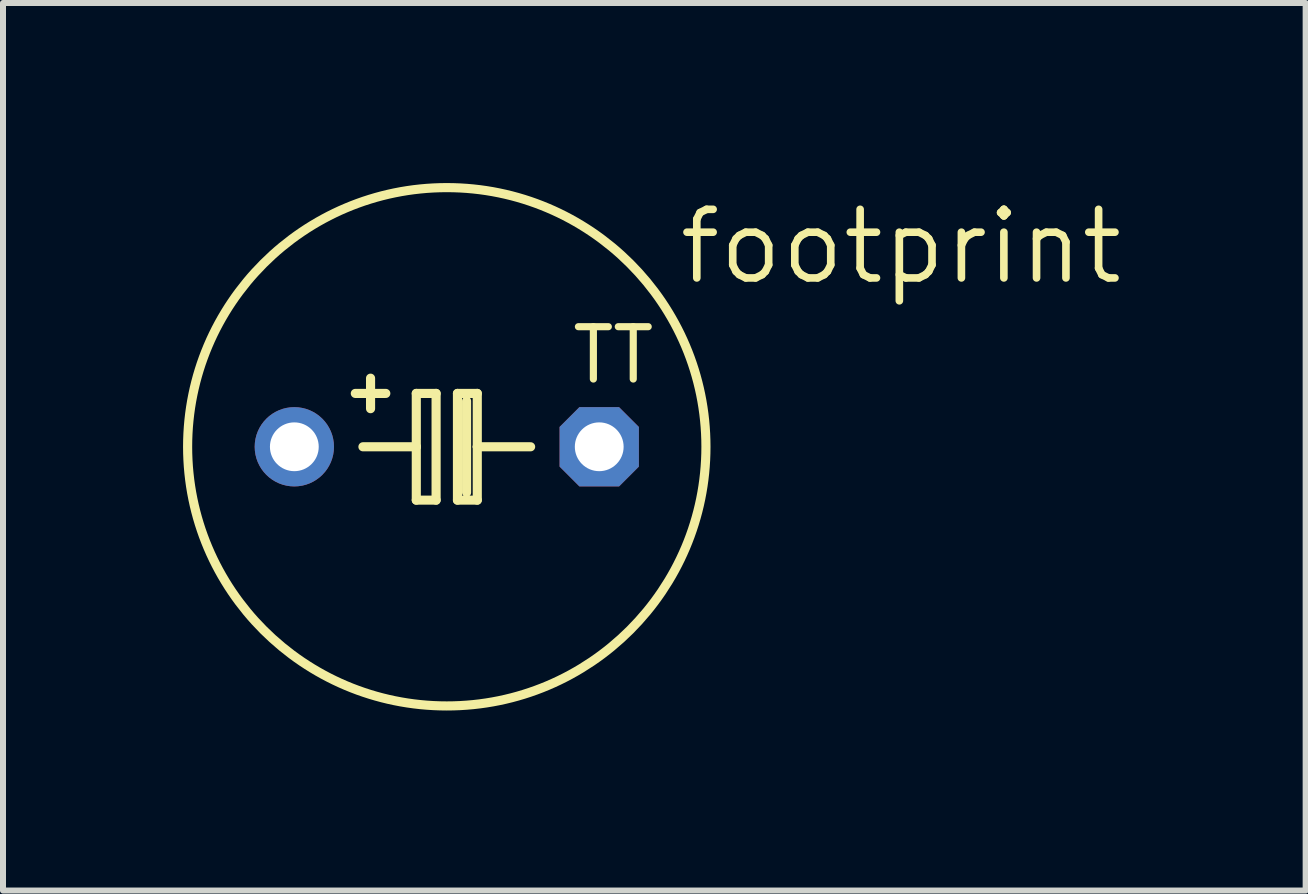
<source format=kicad_pcb>
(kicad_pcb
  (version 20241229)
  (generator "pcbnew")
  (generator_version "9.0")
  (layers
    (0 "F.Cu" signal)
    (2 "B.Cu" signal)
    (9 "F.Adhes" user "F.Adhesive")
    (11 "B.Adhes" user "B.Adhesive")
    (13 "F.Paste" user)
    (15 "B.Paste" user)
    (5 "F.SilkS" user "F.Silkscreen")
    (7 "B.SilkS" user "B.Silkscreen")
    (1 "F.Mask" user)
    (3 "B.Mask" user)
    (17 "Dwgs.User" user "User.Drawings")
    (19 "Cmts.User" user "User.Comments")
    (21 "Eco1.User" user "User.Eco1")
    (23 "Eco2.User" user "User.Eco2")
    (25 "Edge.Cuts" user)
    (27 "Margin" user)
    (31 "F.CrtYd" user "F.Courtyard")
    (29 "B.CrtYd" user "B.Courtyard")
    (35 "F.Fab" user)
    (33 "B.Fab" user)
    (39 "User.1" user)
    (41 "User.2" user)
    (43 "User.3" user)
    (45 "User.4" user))
  (footprint "footprint"
    (layer "F.Cu")
    (at 4.394 4.394)
    (property "Reference" "footprint" (at 3.81 -2.667 0) (layer "F.SilkS") (effects (font (size 1.143 1.143) (thickness 0.127)) (justify left bottom)))
    (fp_line (start -1.397 0) (end -0.508 0) (stroke (width 0.152) (type solid)) (layer "F.SilkS"))
    (fp_line (start -1.27 -0.635) (end -1.27 -1.143) (stroke (width 0.152) (type solid)) (layer "F.SilkS"))
    (fp_line (start -1.016 -0.889) (end -1.524 -0.889) (stroke (width 0.152) (type solid)) (layer "F.SilkS"))
    (fp_line (start -0.508 -0.889) (end -0.508 0) (stroke (width 0.152) (type solid)) (layer "F.SilkS"))
    (fp_line (start -0.508 0) (end -0.508 0.889) (stroke (width 0.152) (type solid)) (layer "F.SilkS"))
    (fp_line (start -0.508 0.889) (end -0.178 0.889) (stroke (width 0.152) (type solid)) (layer "F.SilkS"))
    (fp_line (start -0.178 -0.889) (end -0.508 -0.889) (stroke (width 0.152) (type solid)) (layer "F.SilkS"))
    (fp_line (start -0.178 0.889) (end -0.178 -0.889) (stroke (width 0.152) (type solid)) (layer "F.SilkS"))
    (fp_line (start 0.178 -0.889) (end 0.178 0.889) (stroke (width 0.152) (type solid)) (layer "F.SilkS"))
    (fp_line (start 0.178 0.889) (end 0.508 0.889) (stroke (width 0.152) (type solid)) (layer "F.SilkS"))
    (fp_line (start 0.33 0.762) (end 0.33 -0.762) (stroke (width 0.152) (type solid)) (layer "F.SilkS"))
    (fp_line (start 0.508 -0.889) (end 0.178 -0.889) (stroke (width 0.152) (type solid)) (layer "F.SilkS"))
    (fp_line (start 0.508 0) (end 0.508 -0.889) (stroke (width 0.152) (type solid)) (layer "F.SilkS"))
    (fp_line (start 0.508 0) (end 1.397 0) (stroke (width 0.152) (type solid)) (layer "F.SilkS"))
    (fp_line (start 0.508 0.889) (end 0.508 0) (stroke (width 0.152) (type solid)) (layer "F.SilkS"))
    (fp_circle (center 0 0) (end 4.318 0) (stroke (width 0.152) (type solid)) (fill no) (layer "F.SilkS"))
    (fp_text user "TT" (at 2.032 -1.016 0) (layer "F.SilkS") (effects (font (size 0.872 0.872) (thickness 0.119)) (justify left bottom)))
    (pad "+" thru_hole circle (at -2.54 0) (size 1.321 1.321) (drill 0.813) (layers "*.Cu" "*.Mask"))
    (pad "-" thru_hole roundrect (at 2.54 0) (size 1.321 1.321) (drill 0.813) (layers "*.Cu" "*.Mask") (roundrect_rratio 0.25) (chamfer_ratio 0.25) (chamfer top_left top_right bottom_left bottom_right)))
  (gr_rect
    (start -3 -3)
    (end 18.704 11.788)
    (stroke (width 0.1) (type default))
    (fill no)
    (layer "Edge.Cuts")))
</source>
